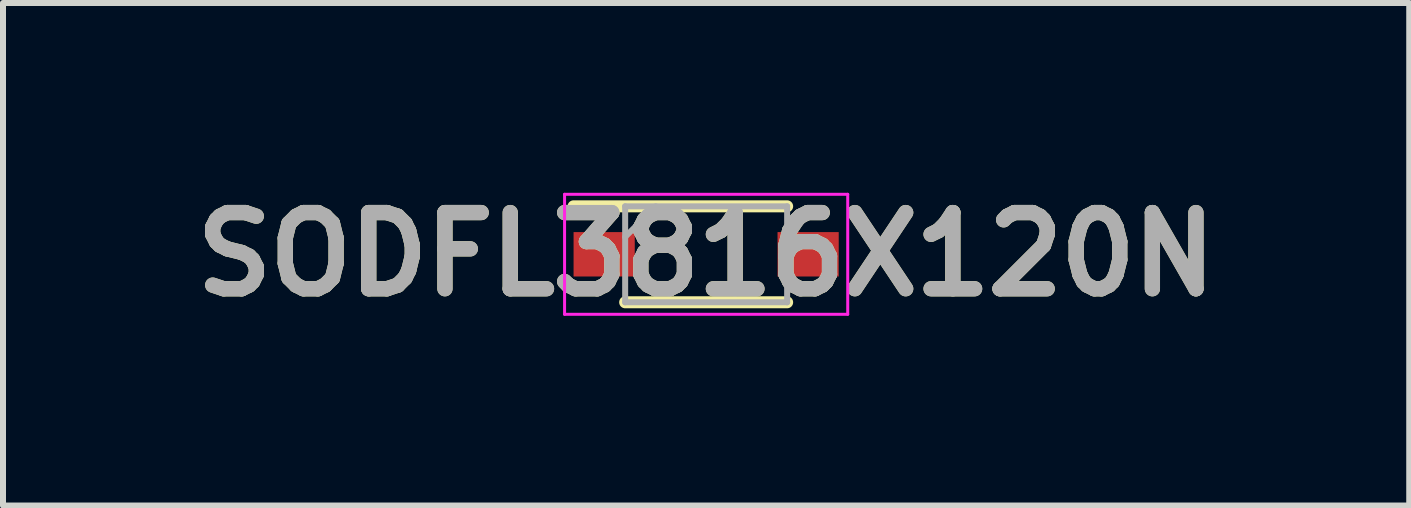
<source format=kicad_pcb>
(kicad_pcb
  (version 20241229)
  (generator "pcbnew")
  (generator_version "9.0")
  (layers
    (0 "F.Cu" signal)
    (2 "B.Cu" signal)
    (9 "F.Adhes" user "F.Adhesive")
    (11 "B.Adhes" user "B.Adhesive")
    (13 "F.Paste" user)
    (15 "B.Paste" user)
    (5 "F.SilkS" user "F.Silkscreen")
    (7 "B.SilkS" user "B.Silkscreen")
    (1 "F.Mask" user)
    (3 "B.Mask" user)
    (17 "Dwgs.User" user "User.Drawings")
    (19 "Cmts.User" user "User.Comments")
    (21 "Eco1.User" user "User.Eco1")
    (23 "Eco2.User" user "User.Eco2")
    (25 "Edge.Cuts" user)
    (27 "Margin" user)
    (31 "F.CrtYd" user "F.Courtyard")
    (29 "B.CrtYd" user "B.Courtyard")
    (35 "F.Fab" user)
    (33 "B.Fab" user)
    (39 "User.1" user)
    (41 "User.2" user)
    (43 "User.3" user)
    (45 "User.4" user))
  (footprint "SODFL3816X120N"
    (layer "F.Cu")
    (at 8.721 1.189)
    (property "Reference" "SODFL3816X120N" (at 0 0 0) (layer "F.SilkS") (effects (font (size 1.27 1.27) (thickness 0.254))))
    (attr smd)
    (fp_line (start -2.21 -0.8) (end 1.35 -0.8) (stroke (width 0.2) (type solid)) (layer "F.SilkS"))
    (fp_line (start -1.35 0.8) (end 1.35 0.8) (stroke (width 0.2) (type solid)) (layer "F.SilkS"))
    (fp_line (start -2.36 -1) (end 2.36 -1) (stroke (width 0.05) (type solid)) (layer "F.CrtYd"))
    (fp_line (start -2.36 1) (end -2.36 -1) (stroke (width 0.05) (type solid)) (layer "F.CrtYd"))
    (fp_line (start 2.36 -1) (end 2.36 1) (stroke (width 0.05) (type solid)) (layer "F.CrtYd"))
    (fp_line (start 2.36 1) (end -2.36 1) (stroke (width 0.05) (type solid)) (layer "F.CrtYd"))
    (fp_line (start -1.35 -0.8) (end 1.35 -0.8) (stroke (width 0.1) (type solid)) (layer "F.Fab"))
    (fp_line (start -1.35 -0.29) (end -0.84 -0.8) (stroke (width 0.1) (type solid)) (layer "F.Fab"))
    (fp_line (start -1.35 0.8) (end -1.35 -0.8) (stroke (width 0.1) (type solid)) (layer "F.Fab"))
    (fp_line (start 1.35 -0.8) (end 1.35 0.8) (stroke (width 0.1) (type solid)) (layer "F.Fab"))
    (fp_line (start 1.35 0.8) (end -1.35 0.8) (stroke (width 0.1) (type solid)) (layer "F.Fab"))
    (fp_text user "${REFERENCE}" (at 0 0 0) (layer "F.Fab") (effects (font (size 1.27 1.27) (thickness 0.254))))
    (pad "1" smd rect (at -1.7 0 90) (size 0.74 1.02) (layers "F.Cu" "F.Mask" "F.Paste"))
    (pad "2" smd rect (at 1.7 0 90) (size 0.74 1.02) (layers "F.Cu" "F.Mask" "F.Paste")))
  (gr_rect
    (start -3 -3)
    (end 20.441 5.377)
    (stroke (width 0.1) (type default))
    (fill no)
    (layer "Edge.Cuts")))
</source>
